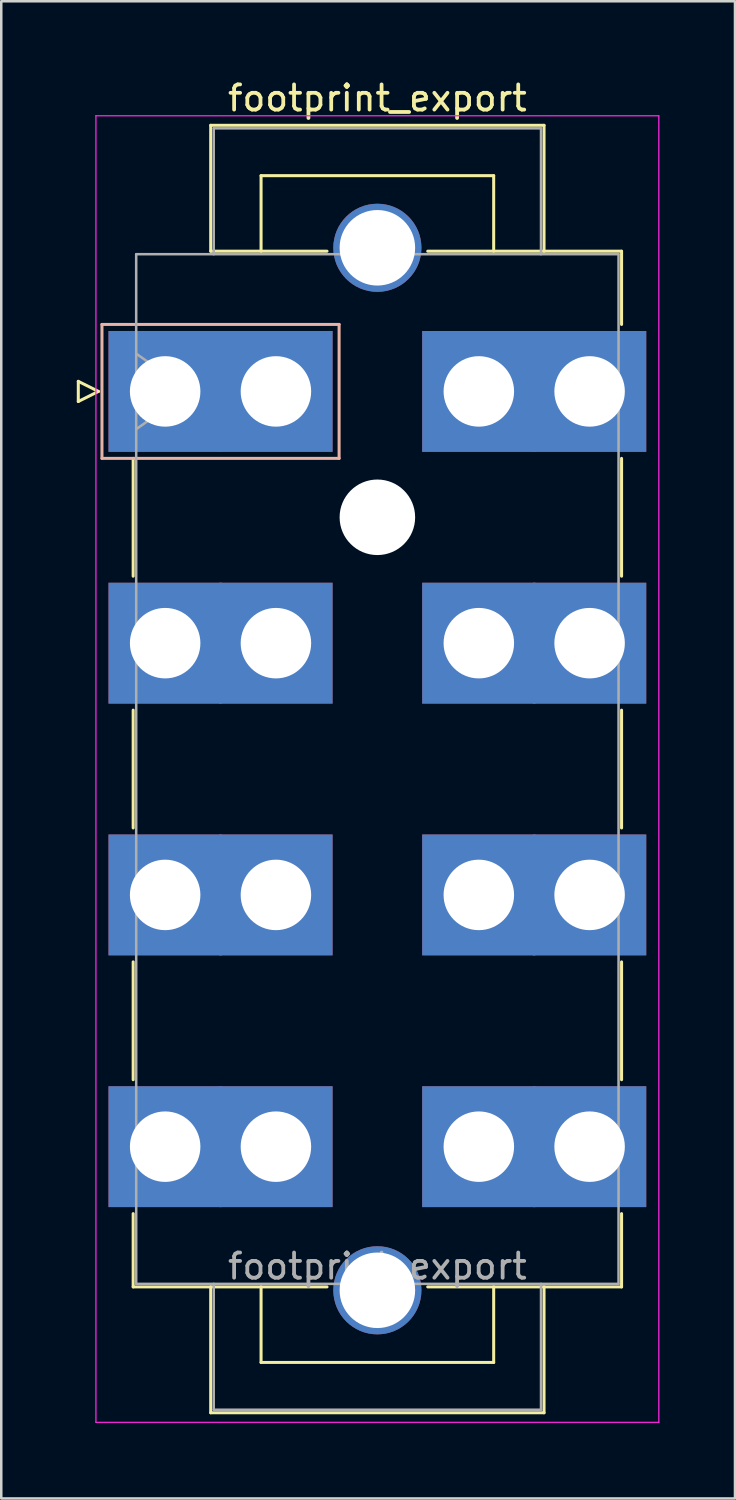
<source format=kicad_pcb>
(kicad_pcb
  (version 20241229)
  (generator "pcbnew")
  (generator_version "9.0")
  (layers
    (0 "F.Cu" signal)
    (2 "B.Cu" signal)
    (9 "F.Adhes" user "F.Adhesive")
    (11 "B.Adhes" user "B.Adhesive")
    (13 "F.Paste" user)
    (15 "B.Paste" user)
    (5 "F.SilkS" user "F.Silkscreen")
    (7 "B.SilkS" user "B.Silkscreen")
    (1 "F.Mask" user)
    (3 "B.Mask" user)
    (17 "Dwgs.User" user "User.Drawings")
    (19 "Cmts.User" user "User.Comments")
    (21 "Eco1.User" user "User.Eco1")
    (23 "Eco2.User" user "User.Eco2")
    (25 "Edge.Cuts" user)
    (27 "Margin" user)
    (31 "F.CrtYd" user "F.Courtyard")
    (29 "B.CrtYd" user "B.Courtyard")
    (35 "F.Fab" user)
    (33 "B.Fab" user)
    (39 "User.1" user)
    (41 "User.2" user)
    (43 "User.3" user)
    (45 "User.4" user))
  (footprint "footprint_export"
    (layer "F.Cu")
    (at 3.51 12.498)
    (property "Reference" "footprint_export" (at 8.43 -11.65 0) (layer "F.SilkS") (effects (font (size 1 1) (thickness 0.15))))
    (attr through_hole)
    (fp_line (start -3.45 -0.4) (end -3.45 0.4) (stroke (width 0.12) (type solid)) (layer "F.SilkS"))
    (fp_line (start -3.45 0.4) (end -2.65 0) (stroke (width 0.12) (type solid)) (layer "F.SilkS"))
    (fp_line (start -2.65 0) (end -3.45 -0.4) (stroke (width 0.12) (type solid)) (layer "F.SilkS"))
    (fp_line (start -1.27 2.66) (end -1.27 7.34) (stroke (width 0.12) (type solid)) (layer "F.SilkS"))
    (fp_line (start -1.27 12.66) (end -1.27 17.34) (stroke (width 0.12) (type solid)) (layer "F.SilkS"))
    (fp_line (start -1.27 22.66) (end -1.27 27.34) (stroke (width 0.12) (type solid)) (layer "F.SilkS"))
    (fp_line (start -1.27 32.66) (end -1.27 35.57) (stroke (width 0.12) (type solid)) (layer "F.SilkS"))
    (fp_line (start -1.27 35.57) (end 6.43 35.57) (stroke (width 0.12) (type solid)) (layer "F.SilkS"))
    (fp_line (start 1.81 -10.57) (end 15.05 -10.57) (stroke (width 0.12) (type solid)) (layer "F.SilkS"))
    (fp_line (start 1.81 -5.57) (end 1.81 -10.57) (stroke (width 0.12) (type solid)) (layer "F.SilkS"))
    (fp_line (start 1.81 35.57) (end 1.81 40.57) (stroke (width 0.12) (type solid)) (layer "F.SilkS"))
    (fp_line (start 1.81 40.57) (end 15.05 40.57) (stroke (width 0.12) (type solid)) (layer "F.SilkS"))
    (fp_line (start 3.81 -8.57) (end 13.05 -8.57) (stroke (width 0.12) (type solid)) (layer "F.SilkS"))
    (fp_line (start 3.81 -5.57) (end 3.81 -8.57) (stroke (width 0.12) (type solid)) (layer "F.SilkS"))
    (fp_line (start 3.81 35.57) (end 3.81 38.57) (stroke (width 0.12) (type solid)) (layer "F.SilkS"))
    (fp_line (start 3.81 38.57) (end 13.05 38.57) (stroke (width 0.12) (type solid)) (layer "F.SilkS"))
    (fp_line (start 6.43 -5.57) (end 1.81 -5.57) (stroke (width 0.12) (type solid)) (layer "F.SilkS"))
    (fp_line (start 13.05 -8.57) (end 13.05 -5.57) (stroke (width 0.12) (type solid)) (layer "F.SilkS"))
    (fp_line (start 13.05 38.57) (end 13.05 35.57) (stroke (width 0.12) (type solid)) (layer "F.SilkS"))
    (fp_line (start 15.05 -10.57) (end 15.05 -5.57) (stroke (width 0.12) (type solid)) (layer "F.SilkS"))
    (fp_line (start 15.05 40.57) (end 15.05 35.57) (stroke (width 0.12) (type solid)) (layer "F.SilkS"))
    (fp_line (start 18.13 -5.57) (end 10.43 -5.57) (stroke (width 0.12) (type solid)) (layer "F.SilkS"))
    (fp_line (start 18.13 -2.66) (end 18.13 -5.57) (stroke (width 0.12) (type solid)) (layer "F.SilkS"))
    (fp_line (start 18.13 2.66) (end 18.13 7.34) (stroke (width 0.12) (type solid)) (layer "F.SilkS"))
    (fp_line (start 18.13 12.66) (end 18.13 17.34) (stroke (width 0.12) (type solid)) (layer "F.SilkS"))
    (fp_line (start 18.13 22.66) (end 18.13 27.34) (stroke (width 0.12) (type solid)) (layer "F.SilkS"))
    (fp_line (start 18.13 32.66) (end 18.13 35.57) (stroke (width 0.12) (type solid)) (layer "F.SilkS"))
    (fp_line (start 18.13 35.57) (end 10.43 35.57) (stroke (width 0.12) (type solid)) (layer "F.SilkS"))
    (fp_line (start -2.51 -2.66) (end -2.51 2.66) (stroke (width 0.12) (type solid)) (layer "B.SilkS"))
    (fp_line (start -2.51 2.66) (end 6.91 2.66) (stroke (width 0.12) (type solid)) (layer "B.SilkS"))
    (fp_line (start 6.91 -2.66) (end -2.51 -2.66) (stroke (width 0.12) (type solid)) (layer "B.SilkS"))
    (fp_line (start 6.91 2.66) (end 6.91 -2.66) (stroke (width 0.12) (type solid)) (layer "B.SilkS"))
    (fp_line (start -2.75 -10.95) (end -2.75 40.95) (stroke (width 0.05) (type solid)) (layer "F.CrtYd"))
    (fp_line (start -2.75 40.95) (end 19.61 40.95) (stroke (width 0.05) (type solid)) (layer "F.CrtYd"))
    (fp_line (start 19.61 -10.95) (end -2.75 -10.95) (stroke (width 0.05) (type solid)) (layer "F.CrtYd"))
    (fp_line (start 19.61 40.95) (end 19.61 -10.95) (stroke (width 0.05) (type solid)) (layer "F.CrtYd"))
    (fp_line (start -1.15 -5.45) (end -1.15 35.45) (stroke (width 0.1) (type solid)) (layer "F.Fab"))
    (fp_line (start -1.15 -1.5) (end 0.971 0) (stroke (width 0.1) (type solid)) (layer "F.Fab"))
    (fp_line (start -1.15 35.45) (end 18.01 35.45) (stroke (width 0.1) (type solid)) (layer "F.Fab"))
    (fp_line (start 0.971 0) (end -1.15 1.5) (stroke (width 0.1) (type solid)) (layer "F.Fab"))
    (fp_line (start 1.93 -10.45) (end 14.93 -10.45) (stroke (width 0.1) (type solid)) (layer "F.Fab"))
    (fp_line (start 1.93 -5.45) (end 1.93 -10.45) (stroke (width 0.1) (type solid)) (layer "F.Fab"))
    (fp_line (start 1.93 35.45) (end 1.93 40.45) (stroke (width 0.1) (type solid)) (layer "F.Fab"))
    (fp_line (start 1.93 40.45) (end 14.93 40.45) (stroke (width 0.1) (type solid)) (layer "F.Fab"))
    (fp_line (start 14.93 -10.45) (end 14.93 -5.45) (stroke (width 0.1) (type solid)) (layer "F.Fab"))
    (fp_line (start 14.93 40.45) (end 14.93 35.45) (stroke (width 0.1) (type solid)) (layer "F.Fab"))
    (fp_line (start 18.01 -5.45) (end -1.15 -5.45) (stroke (width 0.1) (type solid)) (layer "F.Fab"))
    (fp_line (start 18.01 35.45) (end 18.01 -5.45) (stroke (width 0.1) (type solid)) (layer "F.Fab"))
    (fp_text user "${REFERENCE}" (at 8.43 34.75 0) (layer "F.Fab") (effects (font (size 1 1) (thickness 0.15))))
    (pad "" thru_hole circle (at 8.43 -5.705) (size 3.5 3.5) (drill 3) (layers "*.Cu" "*.Mask"))
    (pad "" np_thru_hole circle (at 8.43 5) (size 3 3) (drill 3) (layers "*.Cu" "*.Mask"))
    (pad "" thru_hole circle (at 8.43 35.705) (size 3.5 3.5) (drill 3) (layers "*.Cu" "*.Mask"))
    (pad "1" thru_hole rect (at 0 0) (size 4.5 4.8) (drill 2.8) (layers "*.Cu" "*.Mask"))
    (pad "1" thru_hole rect (at 4.4 0) (size 4.5 4.8) (drill 2.8) (layers "*.Cu" "*.Mask"))
    (pad "2" thru_hole rect (at 0 10) (size 4.5 4.8) (drill 2.8) (layers "*.Cu" "*.Mask"))
    (pad "2" thru_hole rect (at 4.4 10) (size 4.5 4.8) (drill 2.8) (layers "*.Cu" "*.Mask"))
    (pad "3" thru_hole rect (at 0 20) (size 4.5 4.8) (drill 2.8) (layers "*.Cu" "*.Mask"))
    (pad "3" thru_hole rect (at 4.4 20) (size 4.5 4.8) (drill 2.8) (layers "*.Cu" "*.Mask"))
    (pad "4" thru_hole rect (at 0 30) (size 4.5 4.8) (drill 2.8) (layers "*.Cu" "*.Mask"))
    (pad "4" thru_hole rect (at 4.4 30) (size 4.5 4.8) (drill 2.8) (layers "*.Cu" "*.Mask"))
    (pad "5" thru_hole rect (at 12.46 0) (size 4.5 4.8) (drill 2.8) (layers "*.Cu" "*.Mask"))
    (pad "5" thru_hole rect (at 16.86 0) (size 4.5 4.8) (drill 2.8) (layers "*.Cu" "*.Mask"))
    (pad "6" thru_hole rect (at 12.46 10) (size 4.5 4.8) (drill 2.8) (layers "*.Cu" "*.Mask"))
    (pad "6" thru_hole rect (at 16.86 10) (size 4.5 4.8) (drill 2.8) (layers "*.Cu" "*.Mask"))
    (pad "7" thru_hole rect (at 12.46 20) (size 4.5 4.8) (drill 2.8) (layers "*.Cu" "*.Mask"))
    (pad "7" thru_hole rect (at 16.86 20) (size 4.5 4.8) (drill 2.8) (layers "*.Cu" "*.Mask"))
    (pad "8" thru_hole rect (at 12.46 30) (size 4.5 4.8) (drill 2.8) (layers "*.Cu" "*.Mask"))
    (pad "8" thru_hole rect (at 16.86 30) (size 4.5 4.8) (drill 2.8) (layers "*.Cu" "*.Mask")))
  (gr_rect
    (start -3 -3)
    (end 26.145 56.473)
    (stroke (width 0.1) (type default))
    (fill no)
    (layer "Edge.Cuts")))
</source>
